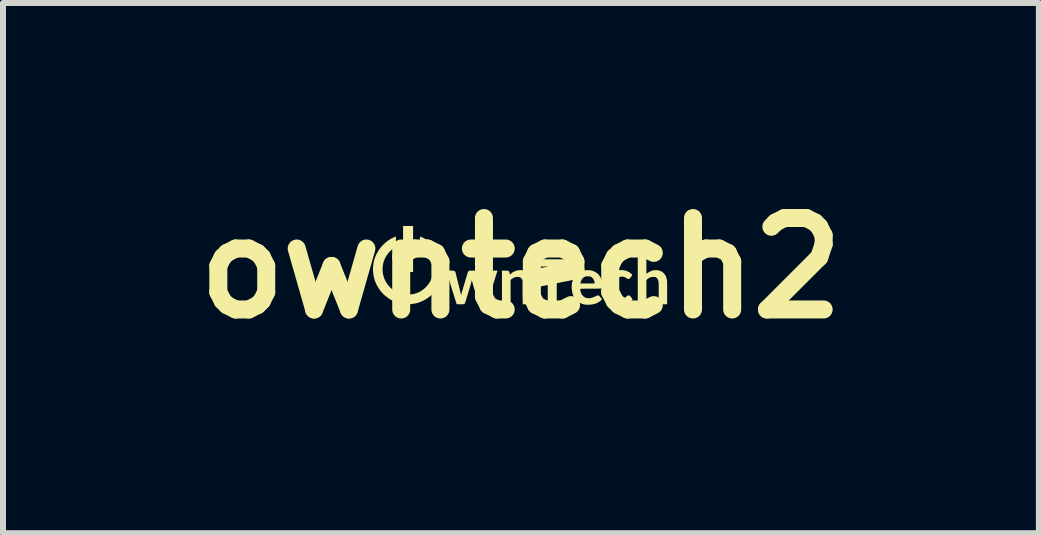
<source format=kicad_pcb>
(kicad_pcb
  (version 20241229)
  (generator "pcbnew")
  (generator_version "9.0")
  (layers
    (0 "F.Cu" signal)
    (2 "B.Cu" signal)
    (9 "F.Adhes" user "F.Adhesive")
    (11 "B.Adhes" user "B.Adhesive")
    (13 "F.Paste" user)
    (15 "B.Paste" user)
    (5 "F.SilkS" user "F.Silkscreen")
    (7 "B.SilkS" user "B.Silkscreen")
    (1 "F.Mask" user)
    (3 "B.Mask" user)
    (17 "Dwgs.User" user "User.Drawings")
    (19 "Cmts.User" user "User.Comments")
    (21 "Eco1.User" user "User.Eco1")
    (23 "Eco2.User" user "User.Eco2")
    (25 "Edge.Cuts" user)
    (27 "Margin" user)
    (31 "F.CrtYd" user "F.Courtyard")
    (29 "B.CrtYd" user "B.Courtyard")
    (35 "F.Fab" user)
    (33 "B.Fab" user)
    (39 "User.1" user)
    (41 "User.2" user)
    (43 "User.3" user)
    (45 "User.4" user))
  (footprint "owntech2"
    (layer "F.Cu")
    (at 5.632 1.418)
    (property "Reference" "owntech2" (at 0 0 0) (layer "F.SilkS") (effects (font (size 1.524 1.524) (thickness 0.3))))
    (attr board_only exclude_from_pos_files exclude_from_bom)
    (fp_poly (pts (xy -1.798 0.064) (xy -1.965 0.064) (xy -1.965 -0.702) (xy -1.798 -0.702)) (stroke (width 0) (type solid)) (fill yes) (layer "F.SilkS"))
    (fp_poly (pts (xy 0.798 -0.026) (xy 0.596 -0.026) (xy 0.596 0.603) (xy 0.446 0.603) (xy 0.446 -0.026) (xy 0.244 -0.026) (xy 0.244 -0.147) (xy 0.798 -0.147)) (stroke (width 0) (type solid)) (fill yes) (layer "F.SilkS"))
    (fp_poly (pts (xy 0.018 0.036) (xy 0.039 0.04) (xy 0.04 0.04) (xy 0.072 0.053) (xy 0.1 0.07) (xy 0.124 0.093) (xy 0.143 0.119) (xy 0.158 0.15) (xy 0.168 0.185) (xy 0.17 0.196) (xy 0.17 0.203) (xy 0.171 0.217) (xy 0.172 0.237) (xy 0.172 0.262) (xy 0.173 0.292) (xy 0.173 0.326) (xy 0.173 0.365) (xy 0.173 0.407) (xy 0.173 0.409) (xy 0.173 0.603) (xy 0.029 0.603) (xy 0.028 0.403) (xy 0.027 0.204) (xy 0.02 0.19) (xy 0.009 0.172) (xy -0.004 0.16) (xy -0.02 0.152) (xy -0.039 0.148) (xy -0.067 0.146) (xy -0.095 0.151) (xy -0.123 0.162) (xy -0.15 0.178) (xy -0.157 0.183) (xy -0.173 0.197) (xy -0.173 0.603) (xy -0.317 0.603) (xy -0.317 0.041) (xy -0.265 0.042) (xy -0.245 0.043) (xy -0.231 0.043) (xy -0.221 0.044) (xy -0.214 0.045) (xy -0.21 0.047) (xy -0.206 0.049) (xy -0.204 0.051) (xy -0.2 0.055) (xy -0.197 0.059) (xy -0.195 0.064) (xy -0.193 0.072) (xy -0.19 0.085) (xy -0.188 0.09) (xy -0.184 0.109) (xy -0.173 0.099) (xy -0.164 0.091) (xy -0.155 0.083) (xy -0.153 0.082) (xy -0.139 0.071) (xy -0.12 0.061) (xy -0.1 0.051) (xy -0.079 0.043) (xy -0.079 0.043) (xy -0.057 0.038) (xy -0.032 0.035) (xy -0.006 0.034)) (stroke (width 0) (type solid)) (fill yes) (layer "F.SilkS"))
    (fp_poly (pts (xy 2.09 -0.054) (xy 2.09 -0.017) (xy 2.09 0.013) (xy 2.09 0.038) (xy 2.091 0.058) (xy 2.091 0.073) (xy 2.091 0.084) (xy 2.092 0.091) (xy 2.093 0.095) (xy 2.094 0.096) (xy 2.094 0.096) (xy 2.103 0.087) (xy 2.117 0.077) (xy 2.134 0.066) (xy 2.153 0.056) (xy 2.171 0.047) (xy 2.188 0.041) (xy 2.191 0.04) (xy 2.209 0.036) (xy 2.231 0.034) (xy 2.255 0.034) (xy 2.278 0.036) (xy 2.299 0.039) (xy 2.308 0.041) (xy 2.34 0.055) (xy 2.367 0.073) (xy 2.381 0.087) (xy 2.397 0.105) (xy 2.41 0.126) (xy 2.42 0.149) (xy 2.428 0.177) (xy 2.43 0.186) (xy 2.431 0.192) (xy 2.432 0.198) (xy 2.433 0.205) (xy 2.434 0.213) (xy 2.435 0.223) (xy 2.435 0.236) (xy 2.435 0.251) (xy 2.436 0.27) (xy 2.436 0.293) (xy 2.436 0.32) (xy 2.436 0.352) (xy 2.436 0.39) (xy 2.436 0.408) (xy 2.436 0.603) (xy 2.295 0.603) (xy 2.295 0.421) (xy 2.295 0.381) (xy 2.295 0.348) (xy 2.295 0.319) (xy 2.295 0.295) (xy 2.294 0.275) (xy 2.294 0.259) (xy 2.293 0.247) (xy 2.293 0.236) (xy 2.292 0.228) (xy 2.291 0.222) (xy 2.29 0.217) (xy 2.285 0.201) (xy 2.279 0.187) (xy 2.272 0.174) (xy 2.265 0.165) (xy 2.26 0.162) (xy 2.255 0.159) (xy 2.253 0.157) (xy 2.25 0.154) (xy 2.242 0.151) (xy 2.231 0.149) (xy 2.216 0.147) (xy 2.201 0.147) (xy 2.186 0.147) (xy 2.172 0.149) (xy 2.161 0.152) (xy 2.145 0.159) (xy 2.128 0.168) (xy 2.112 0.179) (xy 2.101 0.188) (xy 2.09 0.199) (xy 2.09 0.603) (xy 1.946 0.603) (xy 1.946 -0.208) (xy 2.09 -0.208)) (stroke (width 0) (type solid)) (fill yes) (layer "F.SilkS"))
    (fp_poly (pts (xy 1.7 0.035) (xy 1.723 0.038) (xy 1.744 0.042) (xy 1.761 0.047) (xy 1.761 0.048) (xy 1.779 0.056) (xy 1.796 0.065) (xy 1.811 0.073) (xy 1.821 0.08) (xy 1.823 0.082) (xy 1.836 0.093) (xy 1.846 0.101) (xy 1.852 0.107) (xy 1.855 0.11) (xy 1.856 0.112) (xy 1.856 0.113) (xy 1.854 0.117) (xy 1.85 0.124) (xy 1.845 0.131) (xy 1.841 0.137) (xy 1.84 0.138) (xy 1.837 0.141) (xy 1.832 0.148) (xy 1.826 0.156) (xy 1.818 0.166) (xy 1.811 0.174) (xy 1.807 0.178) (xy 1.796 0.182) (xy 1.784 0.181) (xy 1.769 0.175) (xy 1.751 0.163) (xy 1.749 0.162) (xy 1.738 0.155) (xy 1.723 0.149) (xy 1.706 0.144) (xy 1.691 0.141) (xy 1.685 0.141) (xy 1.674 0.142) (xy 1.66 0.145) (xy 1.646 0.149) (xy 1.635 0.153) (xy 1.627 0.157) (xy 1.627 0.157) (xy 1.607 0.177) (xy 1.591 0.201) (xy 1.579 0.229) (xy 1.574 0.25) (xy 1.572 0.261) (xy 1.571 0.276) (xy 1.57 0.295) (xy 1.57 0.315) (xy 1.569 0.322) (xy 1.57 0.342) (xy 1.57 0.361) (xy 1.572 0.378) (xy 1.573 0.391) (xy 1.574 0.394) (xy 1.581 0.421) (xy 1.592 0.446) (xy 1.607 0.467) (xy 1.624 0.484) (xy 1.642 0.496) (xy 1.643 0.497) (xy 1.66 0.502) (xy 1.681 0.504) (xy 1.701 0.502) (xy 1.719 0.498) (xy 1.724 0.496) (xy 1.733 0.491) (xy 1.74 0.488) (xy 1.746 0.483) (xy 1.753 0.477) (xy 1.766 0.467) (xy 1.775 0.461) (xy 1.782 0.457) (xy 1.789 0.455) (xy 1.795 0.455) (xy 1.805 0.456) (xy 1.813 0.46) (xy 1.818 0.466) (xy 1.826 0.474) (xy 1.834 0.484) (xy 1.843 0.495) (xy 1.85 0.505) (xy 1.856 0.513) (xy 1.859 0.519) (xy 1.859 0.519) (xy 1.857 0.525) (xy 1.849 0.534) (xy 1.839 0.544) (xy 1.826 0.555) (xy 1.811 0.565) (xy 1.796 0.575) (xy 1.782 0.583) (xy 1.777 0.585) (xy 1.766 0.59) (xy 1.758 0.594) (xy 1.753 0.596) (xy 1.748 0.598) (xy 1.738 0.601) (xy 1.729 0.603) (xy 1.716 0.605) (xy 1.703 0.608) (xy 1.697 0.609) (xy 1.688 0.61) (xy 1.676 0.611) (xy 1.662 0.612) (xy 1.648 0.612) (xy 1.636 0.612) (xy 1.628 0.611) (xy 1.627 0.611) (xy 1.622 0.61) (xy 1.613 0.607) (xy 1.602 0.605) (xy 1.601 0.604) (xy 1.579 0.599) (xy 1.561 0.591) (xy 1.542 0.58) (xy 1.531 0.572) (xy 1.518 0.562) (xy 1.504 0.55) (xy 1.492 0.537) (xy 1.482 0.526) (xy 1.477 0.518) (xy 1.474 0.512) (xy 1.471 0.51) (xy 1.468 0.505) (xy 1.462 0.496) (xy 1.456 0.483) (xy 1.45 0.469) (xy 1.444 0.455) (xy 1.439 0.442) (xy 1.438 0.438) (xy 1.433 0.418) (xy 1.428 0.394) (xy 1.424 0.369) (xy 1.421 0.345) (xy 1.42 0.325) (xy 1.42 0.323) (xy 1.421 0.311) (xy 1.422 0.295) (xy 1.424 0.276) (xy 1.427 0.258) (xy 1.429 0.241) (xy 1.432 0.228) (xy 1.444 0.188) (xy 1.461 0.153) (xy 1.482 0.121) (xy 1.508 0.094) (xy 1.538 0.071) (xy 1.572 0.054) (xy 1.608 0.041) (xy 1.648 0.034) (xy 1.654 0.034) (xy 1.676 0.033)) (stroke (width 0) (type solid)) (fill yes) (layer "F.SilkS"))
    (fp_poly (pts (xy 1.147 0.035) (xy 1.179 0.041) (xy 1.208 0.05) (xy 1.242 0.067) (xy 1.271 0.086) (xy 1.295 0.109) (xy 1.315 0.136) (xy 1.329 0.162) (xy 1.338 0.183) (xy 1.345 0.207) (xy 1.351 0.231) (xy 1.354 0.255) (xy 1.356 0.277) (xy 1.356 0.298) (xy 1.353 0.315) (xy 1.349 0.329) (xy 1.342 0.338) (xy 1.34 0.34) (xy 1.335 0.34) (xy 1.324 0.341) (xy 1.307 0.342) (xy 1.283 0.342) (xy 1.254 0.343) (xy 1.218 0.343) (xy 1.177 0.343) (xy 1.161 0.343) (xy 1.123 0.343) (xy 1.091 0.343) (xy 1.064 0.343) (xy 1.042 0.343) (xy 1.025 0.344) (xy 1.012 0.344) (xy 1.002 0.344) (xy 0.995 0.345) (xy 0.991 0.346) (xy 0.988 0.347) (xy 0.987 0.348) (xy 0.987 0.348) (xy 0.988 0.355) (xy 0.989 0.366) (xy 0.991 0.378) (xy 0.993 0.389) (xy 0.995 0.398) (xy 0.997 0.402) (xy 0.999 0.407) (xy 1.002 0.416) (xy 1.003 0.418) (xy 1.008 0.43) (xy 1.014 0.44) (xy 1.022 0.451) (xy 1.034 0.464) (xy 1.048 0.477) (xy 1.062 0.486) (xy 1.079 0.493) (xy 1.1 0.499) (xy 1.101 0.499) (xy 1.125 0.502) (xy 1.148 0.502) (xy 1.172 0.497) (xy 1.198 0.489) (xy 1.227 0.477) (xy 1.235 0.473) (xy 1.255 0.463) (xy 1.271 0.457) (xy 1.283 0.455) (xy 1.294 0.456) (xy 1.303 0.462) (xy 1.313 0.471) (xy 1.32 0.48) (xy 1.327 0.489) (xy 1.333 0.497) (xy 1.335 0.498) (xy 1.341 0.506) (xy 1.345 0.512) (xy 1.348 0.517) (xy 1.348 0.521) (xy 1.344 0.526) (xy 1.34 0.531) (xy 1.332 0.539) (xy 1.322 0.547) (xy 1.311 0.555) (xy 1.302 0.562) (xy 1.295 0.566) (xy 1.292 0.567) (xy 1.288 0.569) (xy 1.288 0.57) (xy 1.284 0.573) (xy 1.276 0.578) (xy 1.264 0.583) (xy 1.251 0.588) (xy 1.237 0.593) (xy 1.229 0.596) (xy 1.183 0.606) (xy 1.137 0.611) (xy 1.092 0.61) (xy 1.058 0.606) (xy 1.044 0.603) (xy 1.032 0.6) (xy 1.023 0.597) (xy 1.021 0.597) (xy 1.014 0.593) (xy 1.004 0.59) (xy 1.003 0.589) (xy 0.975 0.576) (xy 0.948 0.557) (xy 0.923 0.534) (xy 0.9 0.507) (xy 0.881 0.477) (xy 0.869 0.452) (xy 0.86 0.425) (xy 0.853 0.394) (xy 0.848 0.362) (xy 0.845 0.33) (xy 0.845 0.298) (xy 0.847 0.269) (xy 0.849 0.256) (xy 0.99 0.256) (xy 1.228 0.256) (xy 1.228 0.247) (xy 1.226 0.235) (xy 1.223 0.219) (xy 1.217 0.203) (xy 1.211 0.19) (xy 1.21 0.188) (xy 1.196 0.169) (xy 1.178 0.153) (xy 1.162 0.144) (xy 1.153 0.14) (xy 1.143 0.138) (xy 1.131 0.137) (xy 1.115 0.137) (xy 1.114 0.137) (xy 1.098 0.137) (xy 1.087 0.138) (xy 1.077 0.14) (xy 1.068 0.143) (xy 1.063 0.145) (xy 1.044 0.156) (xy 1.029 0.168) (xy 1.016 0.184) (xy 1.008 0.199) (xy 1 0.218) (xy 0.994 0.236) (xy 0.992 0.244) (xy 0.99 0.256) (xy 0.849 0.256) (xy 0.851 0.243) (xy 0.854 0.232) (xy 0.857 0.223) (xy 0.859 0.216) (xy 0.859 0.214) (xy 0.86 0.209) (xy 0.864 0.2) (xy 0.869 0.187) (xy 0.876 0.174) (xy 0.88 0.165) (xy 0.9 0.134) (xy 0.925 0.106) (xy 0.955 0.082) (xy 0.988 0.062) (xy 1.01 0.052) (xy 1.042 0.042) (xy 1.076 0.036) (xy 1.112 0.034)) (stroke (width 0) (type solid)) (fill yes) (layer "F.SilkS"))
    (fp_poly (pts (xy -1.674 -0.524) (xy -1.671 -0.523) (xy -1.663 -0.519) (xy -1.652 -0.514) (xy -1.641 -0.509) (xy -1.63 -0.504) (xy -1.622 -0.501) (xy -1.619 -0.5) (xy -1.616 -0.498) (xy -1.616 -0.497) (xy -1.613 -0.494) (xy -1.607 -0.491) (xy -1.596 -0.486) (xy -1.584 -0.479) (xy -1.576 -0.474) (xy -1.572 -0.471) (xy -1.564 -0.465) (xy -1.553 -0.458) (xy -1.544 -0.451) (xy -1.524 -0.437) (xy -1.503 -0.418) (xy -1.481 -0.397) (xy -1.458 -0.374) (xy -1.438 -0.352) (xy -1.421 -0.331) (xy -1.417 -0.327) (xy -1.408 -0.314) (xy -1.401 -0.304) (xy -1.396 -0.296) (xy -1.394 -0.292) (xy -1.392 -0.288) (xy -1.392 -0.288) (xy -1.388 -0.284) (xy -1.382 -0.274) (xy -1.374 -0.26) (xy -1.364 -0.241) (xy -1.354 -0.218) (xy -1.343 -0.194) (xy -1.33 -0.159) (xy -1.319 -0.121) (xy -1.311 -0.078) (xy -1.305 -0.031) (xy -1.304 -0.022) (xy -1.302 0.02) (xy -1.304 0.065) (xy -1.309 0.11) (xy -1.318 0.155) (xy -1.329 0.196) (xy -1.342 0.229) (xy -1.345 0.237) (xy -1.35 0.248) (xy -1.355 0.261) (xy -1.356 0.262) (xy -1.364 0.28) (xy -1.375 0.3) (xy -1.387 0.322) (xy -1.4 0.342) (xy -1.412 0.359) (xy -1.418 0.368) (xy -1.423 0.374) (xy -1.425 0.376) (xy -1.446 0.401) (xy -1.468 0.426) (xy -1.494 0.45) (xy -1.524 0.476) (xy -1.528 0.479) (xy -1.548 0.494) (xy -1.572 0.51) (xy -1.597 0.525) (xy -1.622 0.539) (xy -1.642 0.548) (xy -1.655 0.554) (xy -1.666 0.559) (xy -1.674 0.562) (xy -1.675 0.562) (xy -1.713 0.577) (xy -1.756 0.588) (xy -1.802 0.596) (xy -1.849 0.601) (xy -1.895 0.602) (xy -1.939 0.599) (xy -1.981 0.594) (xy -2.022 0.585) (xy -2.06 0.575) (xy -2.093 0.563) (xy -2.098 0.561) (xy -2.104 0.559) (xy -2.114 0.554) (xy -2.126 0.549) (xy -2.128 0.548) (xy -2.14 0.542) (xy -2.15 0.538) (xy -2.157 0.534) (xy -2.157 0.534) (xy -2.163 0.53) (xy -2.172 0.525) (xy -2.177 0.523) (xy -2.185 0.518) (xy -2.192 0.514) (xy -2.194 0.512) (xy -2.198 0.509) (xy -2.206 0.504) (xy -2.216 0.496) (xy -2.224 0.491) (xy -2.267 0.457) (xy -2.308 0.418) (xy -2.345 0.374) (xy -2.367 0.343) (xy -2.375 0.331) (xy -2.382 0.32) (xy -2.386 0.312) (xy -2.388 0.308) (xy -2.39 0.304) (xy -2.391 0.304) (xy -2.393 0.301) (xy -2.397 0.293) (xy -2.403 0.282) (xy -2.41 0.269) (xy -2.416 0.255) (xy -2.422 0.242) (xy -2.427 0.23) (xy -2.428 0.226) (xy -2.432 0.216) (xy -2.435 0.209) (xy -2.436 0.207) (xy -2.438 0.202) (xy -2.44 0.193) (xy -2.443 0.184) (xy -2.445 0.173) (xy -2.448 0.164) (xy -2.449 0.16) (xy -2.451 0.154) (xy -2.453 0.143) (xy -2.456 0.128) (xy -2.459 0.111) (xy -2.461 0.093) (xy -2.463 0.075) (xy -2.465 0.059) (xy -2.466 0.046) (xy -2.467 0.02) (xy -2.465 -0.009) (xy -2.463 -0.04) (xy -2.459 -0.071) (xy -2.454 -0.099) (xy -2.449 -0.123) (xy -2.447 -0.129) (xy -2.443 -0.142) (xy -2.439 -0.156) (xy -2.437 -0.161) (xy -2.434 -0.173) (xy -2.43 -0.183) (xy -2.428 -0.188) (xy -2.425 -0.195) (xy -2.42 -0.207) (xy -2.415 -0.218) (xy -2.408 -0.233) (xy -2.398 -0.251) (xy -2.387 -0.271) (xy -2.375 -0.291) (xy -2.364 -0.309) (xy -2.359 -0.316) (xy -2.337 -0.345) (xy -2.311 -0.374) (xy -2.282 -0.403) (xy -2.252 -0.43) (xy -2.223 -0.453) (xy -2.22 -0.455) (xy -2.209 -0.463) (xy -2.194 -0.472) (xy -2.178 -0.482) (xy -2.161 -0.491) (xy -2.145 -0.5) (xy -2.133 -0.506) (xy -2.132 -0.507) (xy -2.119 -0.513) (xy -2.107 -0.518) (xy -2.096 -0.523) (xy -2.089 -0.525) (xy -2.086 -0.526) (xy -2.086 -0.523) (xy -2.085 -0.514) (xy -2.084 -0.501) (xy -2.084 -0.483) (xy -2.084 -0.463) (xy -2.084 -0.44) (xy -2.084 -0.353) (xy -2.102 -0.343) (xy -2.112 -0.337) (xy -2.12 -0.332) (xy -2.124 -0.329) (xy -2.129 -0.325) (xy -2.136 -0.319) (xy -2.137 -0.319) (xy -2.155 -0.305) (xy -2.175 -0.287) (xy -2.194 -0.267) (xy -2.211 -0.247) (xy -2.223 -0.233) (xy -2.228 -0.225) (xy -2.233 -0.22) (xy -2.233 -0.22) (xy -2.238 -0.213) (xy -2.244 -0.202) (xy -2.252 -0.189) (xy -2.26 -0.174) (xy -2.267 -0.159) (xy -2.273 -0.147) (xy -2.276 -0.139) (xy -2.279 -0.131) (xy -2.282 -0.124) (xy -2.282 -0.123) (xy -2.285 -0.117) (xy -2.289 -0.106) (xy -2.293 -0.091) (xy -2.296 -0.073) (xy -2.3 -0.055) (xy -2.303 -0.037) (xy -2.305 -0.02) (xy -2.305 -0.018) (xy -2.306 0.035) (xy -2.302 0.086) (xy -2.291 0.135) (xy -2.274 0.183) (xy -2.251 0.229) (xy -2.222 0.273) (xy -2.203 0.296) (xy -2.188 0.313) (xy -2.17 0.331) (xy -2.15 0.348) (xy -2.131 0.363) (xy -2.114 0.375) (xy -2.093 0.387) (xy -2.068 0.399) (xy -2.042 0.411) (xy -2.018 0.42) (xy -1.999 0.427) (xy -1.958 0.436) (xy -1.914 0.441) (xy -1.87 0.442) (xy -1.826 0.438) (xy -1.784 0.431) (xy -1.745 0.419) (xy -1.723 0.41) (xy -1.713 0.405) (xy -1.705 0.402) (xy -1.701 0.401) (xy -1.701 0.401) (xy -1.697 0.399) (xy -1.689 0.395) (xy -1.679 0.389) (xy -1.675 0.387) (xy -1.631 0.358) (xy -1.591 0.324) (xy -1.556 0.286) (xy -1.526 0.244) (xy -1.501 0.199) (xy -1.482 0.149) (xy -1.477 0.133) (xy -1.472 0.115) (xy -1.468 0.097) (xy -1.466 0.078) (xy -1.464 0.056) (xy -1.464 0.03) (xy -1.464 0.019) (xy -1.464 -0.014) (xy -1.466 -0.042) (xy -1.47 -0.067) (xy -1.476 -0.092) (xy -1.484 -0.117) (xy -1.491 -0.136) (xy -1.496 -0.148) (xy -1.503 -0.162) (xy -1.51 -0.176) (xy -1.516 -0.188) (xy -1.522 -0.197) (xy -1.525 -0.201) (xy -1.528 -0.207) (xy -1.529 -0.209) (xy -1.531 -0.215) (xy -1.537 -0.224) (xy -1.547 -0.235) (xy -1.558 -0.249) (xy -1.572 -0.264) (xy -1.586 -0.278) (xy -1.6 -0.292) (xy -1.614 -0.304) (xy -1.616 -0.307) (xy -1.632 -0.319) (xy -1.645 -0.329) (xy -1.658 -0.337) (xy -1.672 -0.345) (xy -1.677 -0.348) (xy -1.679 -0.349) (xy -1.68 -0.351) (xy -1.681 -0.355) (xy -1.682 -0.361) (xy -1.682 -0.371) (xy -1.683 -0.384) (xy -1.683 -0.402) (xy -1.683 -0.425) (xy -1.683 -0.438) (xy -1.683 -0.467) (xy -1.682 -0.491) (xy -1.682 -0.508) (xy -1.681 -0.52) (xy -1.68 -0.525) (xy -1.68 -0.526)) (stroke (width 0) (type solid)) (fill yes) (layer "F.SilkS"))
    (fp_poly (pts (xy -0.783 0.042) (xy -0.769 0.045) (xy -0.759 0.049) (xy -0.752 0.056) (xy -0.746 0.066) (xy -0.742 0.079) (xy -0.739 0.09) (xy -0.735 0.104) (xy -0.731 0.116) (xy -0.729 0.124) (xy -0.728 0.127) (xy -0.725 0.133) (xy -0.722 0.143) (xy -0.72 0.152) (xy -0.718 0.161) (xy -0.715 0.171) (xy -0.712 0.182) (xy -0.708 0.196) (xy -0.703 0.214) (xy -0.697 0.237) (xy -0.696 0.24) (xy -0.692 0.251) (xy -0.688 0.267) (xy -0.683 0.285) (xy -0.678 0.303) (xy -0.678 0.303) (xy -0.67 0.33) (xy -0.664 0.352) (xy -0.659 0.371) (xy -0.655 0.385) (xy -0.651 0.398) (xy -0.649 0.404) (xy -0.645 0.417) (xy -0.641 0.432) (xy -0.64 0.438) (xy -0.637 0.446) (xy -0.636 0.45) (xy -0.635 0.45) (xy -0.634 0.444) (xy -0.632 0.434) (xy -0.629 0.42) (xy -0.625 0.404) (xy -0.622 0.389) (xy -0.618 0.374) (xy -0.615 0.362) (xy -0.614 0.357) (xy -0.61 0.344) (xy -0.606 0.328) (xy -0.603 0.314) (xy -0.6 0.302) (xy -0.595 0.285) (xy -0.59 0.265) (xy -0.585 0.244) (xy -0.579 0.221) (xy -0.573 0.2) (xy -0.568 0.182) (xy -0.565 0.17) (xy -0.56 0.152) (xy -0.555 0.129) (xy -0.548 0.103) (xy -0.543 0.082) (xy -0.54 0.07) (xy -0.536 0.061) (xy -0.53 0.055) (xy -0.526 0.052) (xy -0.522 0.049) (xy -0.518 0.047) (xy -0.514 0.045) (xy -0.507 0.044) (xy -0.498 0.043) (xy -0.484 0.043) (xy -0.466 0.043) (xy -0.453 0.042) (xy -0.434 0.042) (xy -0.417 0.042) (xy -0.404 0.042) (xy -0.395 0.042) (xy -0.391 0.043) (xy -0.391 0.043) (xy -0.392 0.047) (xy -0.394 0.052) (xy -0.396 0.058) (xy -0.4 0.068) (xy -0.404 0.082) (xy -0.409 0.098) (xy -0.41 0.103) (xy -0.416 0.119) (xy -0.421 0.135) (xy -0.425 0.148) (xy -0.428 0.157) (xy -0.428 0.159) (xy -0.431 0.168) (xy -0.435 0.18) (xy -0.439 0.195) (xy -0.441 0.2) (xy -0.445 0.214) (xy -0.448 0.225) (xy -0.451 0.234) (xy -0.452 0.236) (xy -0.454 0.241) (xy -0.457 0.252) (xy -0.461 0.265) (xy -0.465 0.279) (xy -0.469 0.292) (xy -0.472 0.302) (xy -0.473 0.305) (xy -0.476 0.314) (xy -0.478 0.319) (xy -0.48 0.325) (xy -0.483 0.335) (xy -0.487 0.348) (xy -0.489 0.354) (xy -0.493 0.368) (xy -0.497 0.379) (xy -0.499 0.387) (xy -0.5 0.389) (xy -0.503 0.398) (xy -0.505 0.404) (xy -0.507 0.412) (xy -0.511 0.424) (xy -0.515 0.438) (xy -0.519 0.452) (xy -0.522 0.463) (xy -0.525 0.471) (xy -0.526 0.473) (xy -0.528 0.479) (xy -0.531 0.489) (xy -0.535 0.502) (xy -0.537 0.508) (xy -0.541 0.523) (xy -0.545 0.536) (xy -0.549 0.547) (xy -0.55 0.55) (xy -0.553 0.56) (xy -0.557 0.573) (xy -0.56 0.583) (xy -0.566 0.603) (xy -0.629 0.603) (xy -0.65 0.603) (xy -0.667 0.602) (xy -0.678 0.602) (xy -0.687 0.601) (xy -0.692 0.6) (xy -0.696 0.598) (xy -0.698 0.597) (xy -0.701 0.593) (xy -0.704 0.588) (xy -0.707 0.58) (xy -0.712 0.569) (xy -0.717 0.553) (xy -0.723 0.533) (xy -0.73 0.507) (xy -0.732 0.5) (xy -0.735 0.49) (xy -0.739 0.477) (xy -0.744 0.462) (xy -0.745 0.457) (xy -0.75 0.442) (xy -0.754 0.427) (xy -0.758 0.416) (xy -0.758 0.413) (xy -0.762 0.4) (xy -0.766 0.386) (xy -0.768 0.381) (xy -0.772 0.368) (xy -0.776 0.354) (xy -0.777 0.35) (xy -0.78 0.34) (xy -0.784 0.326) (xy -0.789 0.311) (xy -0.79 0.306) (xy -0.799 0.275) (xy -0.807 0.248) (xy -0.813 0.225) (xy -0.815 0.216) (xy -0.818 0.209) (xy -0.819 0.205) (xy -0.821 0.206) (xy -0.823 0.213) (xy -0.826 0.225) (xy -0.827 0.232) (xy -0.829 0.244) (xy -0.832 0.254) (xy -0.833 0.258) (xy -0.836 0.265) (xy -0.839 0.275) (xy -0.841 0.282) (xy -0.843 0.288) (xy -0.844 0.294) (xy -0.846 0.301) (xy -0.848 0.309) (xy -0.851 0.318) (xy -0.855 0.331) (xy -0.86 0.347) (xy -0.867 0.368) (xy -0.875 0.394) (xy -0.875 0.397) (xy -0.88 0.411) (xy -0.884 0.426) (xy -0.887 0.436) (xy -0.89 0.447) (xy -0.893 0.456) (xy -0.894 0.46) (xy -0.896 0.466) (xy -0.9 0.476) (xy -0.903 0.489) (xy -0.904 0.49) (xy -0.912 0.517) (xy -0.918 0.538) (xy -0.923 0.555) (xy -0.927 0.568) (xy -0.93 0.577) (xy -0.933 0.584) (xy -0.936 0.589) (xy -0.939 0.592) (xy -0.942 0.595) (xy -0.944 0.598) (xy -0.947 0.6) (xy -0.952 0.601) (xy -0.958 0.602) (xy -0.968 0.602) (xy -0.981 0.603) (xy -1 0.603) (xy -1.011 0.603) (xy -1.034 0.603) (xy -1.051 0.602) (xy -1.063 0.602) (xy -1.07 0.601) (xy -1.074 0.599) (xy -1.074 0.599) (xy -1.075 0.594) (xy -1.077 0.584) (xy -1.082 0.57) (xy -1.087 0.552) (xy -1.093 0.533) (xy -1.1 0.511) (xy -1.101 0.508) (xy -1.106 0.494) (xy -1.111 0.477) (xy -1.116 0.46) (xy -1.117 0.457) (xy -1.122 0.44) (xy -1.128 0.42) (xy -1.134 0.403) (xy -1.135 0.401) (xy -1.139 0.386) (xy -1.144 0.372) (xy -1.147 0.361) (xy -1.147 0.359) (xy -1.15 0.349) (xy -1.153 0.34) (xy -1.154 0.338) (xy -1.156 0.332) (xy -1.159 0.322) (xy -1.163 0.309) (xy -1.165 0.303) (xy -1.169 0.289) (xy -1.173 0.278) (xy -1.176 0.27) (xy -1.176 0.268) (xy -1.179 0.259) (xy -1.181 0.253) (xy -1.184 0.244) (xy -1.187 0.231) (xy -1.191 0.218) (xy -1.196 0.204) (xy -1.199 0.193) (xy -1.202 0.186) (xy -1.202 0.184) (xy -1.205 0.176) (xy -1.207 0.17) (xy -1.209 0.164) (xy -1.212 0.153) (xy -1.216 0.139) (xy -1.221 0.124) (xy -1.221 0.122) (xy -1.227 0.105) (xy -1.232 0.088) (xy -1.237 0.073) (xy -1.24 0.063) (xy -1.246 0.043) (xy -1.185 0.042) (xy -1.163 0.042) (xy -1.146 0.042) (xy -1.134 0.043) (xy -1.125 0.044) (xy -1.119 0.045) (xy -1.115 0.047) (xy -1.103 0.053) (xy -1.096 0.059) (xy -1.092 0.068) (xy -1.088 0.08) (xy -1.085 0.094) (xy -1.081 0.111) (xy -1.077 0.126) (xy -1.077 0.127) (xy -1.073 0.143) (xy -1.069 0.162) (xy -1.065 0.178) (xy -1.061 0.195) (xy -1.056 0.213) (xy -1.052 0.229) (xy -1.048 0.244) (xy -1.044 0.26) (xy -1.04 0.273) (xy -1.04 0.274) (xy -1.037 0.287) (xy -1.033 0.302) (xy -1.03 0.318) (xy -1.029 0.321) (xy -1.023 0.344) (xy -1.019 0.363) (xy -1.015 0.378) (xy -1.012 0.391) (xy -1.009 0.404) (xy -1.008 0.412) (xy -1.004 0.429) (xy -1.002 0.441) (xy -1 0.447) (xy -0.999 0.448) (xy -0.997 0.446) (xy -0.995 0.439) (xy -0.994 0.433) (xy -0.99 0.42) (xy -0.985 0.403) (xy -0.98 0.387) (xy -0.979 0.383) (xy -0.968 0.347) (xy -0.96 0.317) (xy -0.952 0.293) (xy -0.947 0.275) (xy -0.946 0.269) (xy -0.942 0.258) (xy -0.938 0.242) (xy -0.932 0.225) (xy -0.928 0.21) (xy -0.923 0.193) (xy -0.918 0.176) (xy -0.913 0.16) (xy -0.91 0.151) (xy -0.906 0.137) (xy -0.902 0.122) (xy -0.899 0.113) (xy -0.895 0.099) (xy -0.891 0.085) (xy -0.89 0.08) (xy -0.884 0.066) (xy -0.877 0.055) (xy -0.875 0.053) (xy -0.871 0.049) (xy -0.867 0.046) (xy -0.862 0.044) (xy -0.854 0.043) (xy -0.843 0.043) (xy -0.827 0.042) (xy -0.825 0.042) (xy -0.801 0.042)) (stroke (width 0) (type solid)) (fill yes) (layer "F.SilkS")))
  (gr_rect
    (start -3 -3)
    (end 14.263 5.836)
    (stroke (width 0.1) (type default))
    (fill no)
    (layer "Edge.Cuts")))
</source>
